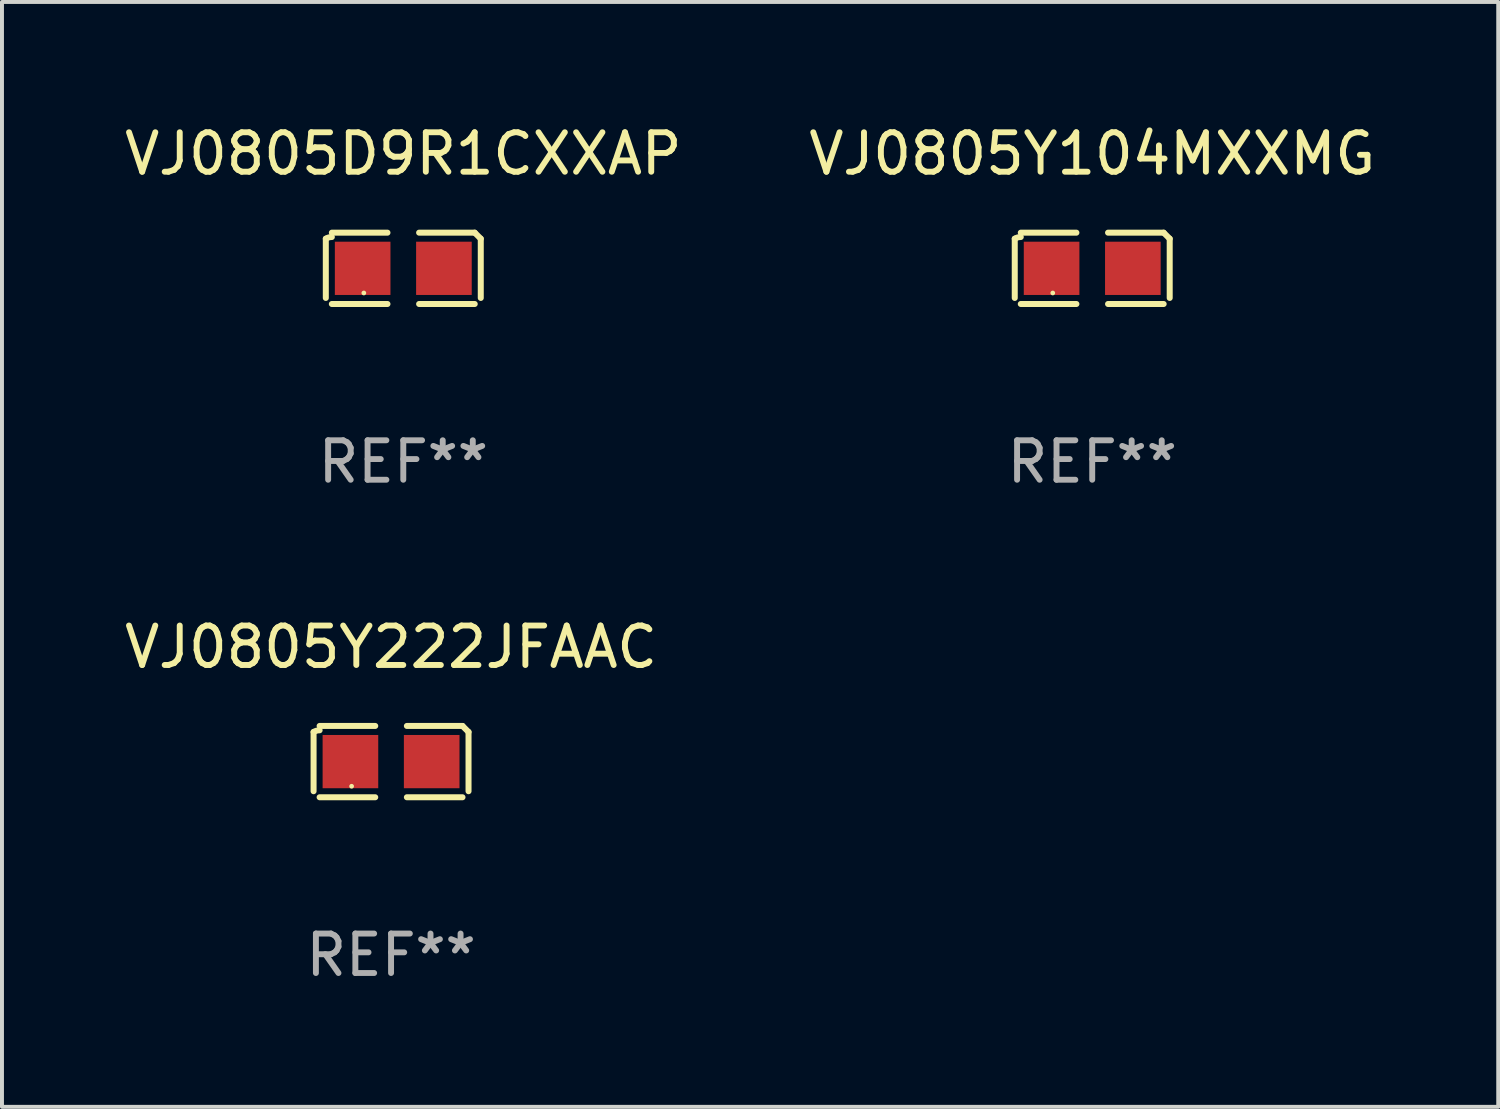
<source format=kicad_pcb>
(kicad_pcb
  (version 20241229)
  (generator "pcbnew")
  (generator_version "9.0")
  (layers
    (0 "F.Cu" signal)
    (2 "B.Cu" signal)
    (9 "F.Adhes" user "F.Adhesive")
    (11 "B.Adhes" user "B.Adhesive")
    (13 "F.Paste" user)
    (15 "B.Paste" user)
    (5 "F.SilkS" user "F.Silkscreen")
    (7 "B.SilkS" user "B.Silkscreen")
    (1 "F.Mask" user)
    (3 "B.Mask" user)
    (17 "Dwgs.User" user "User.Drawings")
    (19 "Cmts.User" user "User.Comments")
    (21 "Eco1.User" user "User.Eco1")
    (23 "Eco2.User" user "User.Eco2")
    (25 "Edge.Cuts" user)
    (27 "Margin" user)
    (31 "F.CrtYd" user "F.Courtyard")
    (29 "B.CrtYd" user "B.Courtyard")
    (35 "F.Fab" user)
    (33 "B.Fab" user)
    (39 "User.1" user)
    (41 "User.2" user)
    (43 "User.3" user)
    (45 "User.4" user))
  (footprint "VJ0805D9R1CXXAP"
    (layer "F.Cu")
    (at 7.173 3.752)
    (property "Reference" "VJ0805D9R1CXXAP" (at 0 -2.904 0) (layer "F.SilkS") (effects (font (size 1 1) (thickness 0.15))))
    (attr through_hole)
    (fp_line (start -1.964 0.751) (end -1.964 -0.751) (stroke (width 0.152) (type solid)) (layer "F.SilkS"))
    (fp_line (start -1.811 -0.904) (end -0.401 -0.904) (stroke (width 0.152) (type solid)) (layer "F.SilkS"))
    (fp_line (start -0.401 0.904) (end -1.811 0.904) (stroke (width 0.152) (type solid)) (layer "F.SilkS"))
    (fp_line (start 0.401 0.904) (end 1.811 0.904) (stroke (width 0.152) (type solid)) (layer "F.SilkS"))
    (fp_line (start 1.811 -0.904) (end 0.401 -0.904) (stroke (width 0.152) (type solid)) (layer "F.SilkS"))
    (fp_line (start 1.964 0.751) (end 1.964 -0.751) (stroke (width 0.152) (type solid)) (layer "F.SilkS"))
    (fp_arc (start -1.963602 -0.751207) (mid -1.890354 -0.783131) (end -1.811201 -0.794044) (stroke (width 0.1524) (type solid)) (layer "F.SilkS"))
    (fp_arc (start 1.811202 -0.903607) (mid 1.887413 -0.827418) (end 1.963602 -0.751207) (stroke (width 0.1524) (type solid)) (layer "F.SilkS"))
    (fp_circle (center -1 0.625) (end -0.97 0.625) (stroke (width 0.06) (type solid)) (fill no) (layer "F.SilkS"))
    (fp_text user "REF**" (at 0 4.904 0) (layer "F.Fab") (effects (font (size 1 1) (thickness 0.15))))
    (pad "1" smd rect (at -1.03 0) (size 1.41 1.35) (layers "F.Cu" "F.Mask" "F.Paste"))
    (pad "2" smd rect (at 1.03 0) (size 1.41 1.35) (layers "F.Cu" "F.Mask" "F.Paste")))
  (footprint "VJ0805Y222JFAAC"
    (layer "F.Cu")
    (at 6.863 16.256)
    (property "Reference" "VJ0805Y222JFAAC" (at 0 -2.904 0) (layer "F.SilkS") (effects (font (size 1 1) (thickness 0.15))))
    (attr through_hole)
    (fp_line (start -1.964 0.751) (end -1.964 -0.751) (stroke (width 0.152) (type solid)) (layer "F.SilkS"))
    (fp_line (start -1.811 -0.904) (end -0.401 -0.904) (stroke (width 0.152) (type solid)) (layer "F.SilkS"))
    (fp_line (start -0.401 0.904) (end -1.811 0.904) (stroke (width 0.152) (type solid)) (layer "F.SilkS"))
    (fp_line (start 0.401 0.904) (end 1.811 0.904) (stroke (width 0.152) (type solid)) (layer "F.SilkS"))
    (fp_line (start 1.811 -0.904) (end 0.401 -0.904) (stroke (width 0.152) (type solid)) (layer "F.SilkS"))
    (fp_line (start 1.964 0.751) (end 1.964 -0.751) (stroke (width 0.152) (type solid)) (layer "F.SilkS"))
    (fp_arc (start -1.963602 -0.751207) (mid -1.890354 -0.783131) (end -1.811201 -0.794044) (stroke (width 0.1524) (type solid)) (layer "F.SilkS"))
    (fp_arc (start 1.811202 -0.903607) (mid 1.887413 -0.827418) (end 1.963602 -0.751207) (stroke (width 0.1524) (type solid)) (layer "F.SilkS"))
    (fp_circle (center -1 0.625) (end -0.97 0.625) (stroke (width 0.06) (type solid)) (fill no) (layer "F.SilkS"))
    (fp_text user "REF**" (at 0 4.904 0) (layer "F.Fab") (effects (font (size 1 1) (thickness 0.15))))
    (pad "1" smd rect (at -1.03 0) (size 1.41 1.35) (layers "F.Cu" "F.Mask" "F.Paste"))
    (pad "2" smd rect (at 1.03 0) (size 1.41 1.35) (layers "F.Cu" "F.Mask" "F.Paste")))
  (footprint "VJ0805Y104MXXMG"
    (layer "F.Cu")
    (at 24.637 3.752)
    (property "Reference" "VJ0805Y104MXXMG" (at 0 -2.904 0) (layer "F.SilkS") (effects (font (size 1 1) (thickness 0.15))))
    (attr through_hole)
    (fp_line (start -1.964 0.751) (end -1.964 -0.751) (stroke (width 0.152) (type solid)) (layer "F.SilkS"))
    (fp_line (start -1.811 -0.904) (end -0.401 -0.904) (stroke (width 0.152) (type solid)) (layer "F.SilkS"))
    (fp_line (start -0.401 0.904) (end -1.811 0.904) (stroke (width 0.152) (type solid)) (layer "F.SilkS"))
    (fp_line (start 0.401 0.904) (end 1.811 0.904) (stroke (width 0.152) (type solid)) (layer "F.SilkS"))
    (fp_line (start 1.811 -0.904) (end 0.401 -0.904) (stroke (width 0.152) (type solid)) (layer "F.SilkS"))
    (fp_line (start 1.964 0.751) (end 1.964 -0.751) (stroke (width 0.152) (type solid)) (layer "F.SilkS"))
    (fp_arc (start -1.963602 -0.751207) (mid -1.890354 -0.783131) (end -1.811201 -0.794044) (stroke (width 0.1524) (type solid)) (layer "F.SilkS"))
    (fp_arc (start 1.811202 -0.903607) (mid 1.887413 -0.827418) (end 1.963602 -0.751207) (stroke (width 0.1524) (type solid)) (layer "F.SilkS"))
    (fp_circle (center -1 0.625) (end -0.97 0.625) (stroke (width 0.06) (type solid)) (fill no) (layer "F.SilkS"))
    (fp_text user "REF**" (at 0 4.904 0) (layer "F.Fab") (effects (font (size 1 1) (thickness 0.15))))
    (pad "1" smd rect (at -1.03 0) (size 1.41 1.35) (layers "F.Cu" "F.Mask" "F.Paste"))
    (pad "2" smd rect (at 1.03 0) (size 1.41 1.35) (layers "F.Cu" "F.Mask" "F.Paste")))
  (gr_rect
    (start -3 -3)
    (end 34.929 25.007)
    (stroke (width 0.1) (type default))
    (fill no)
    (layer "Edge.Cuts")))
</source>
